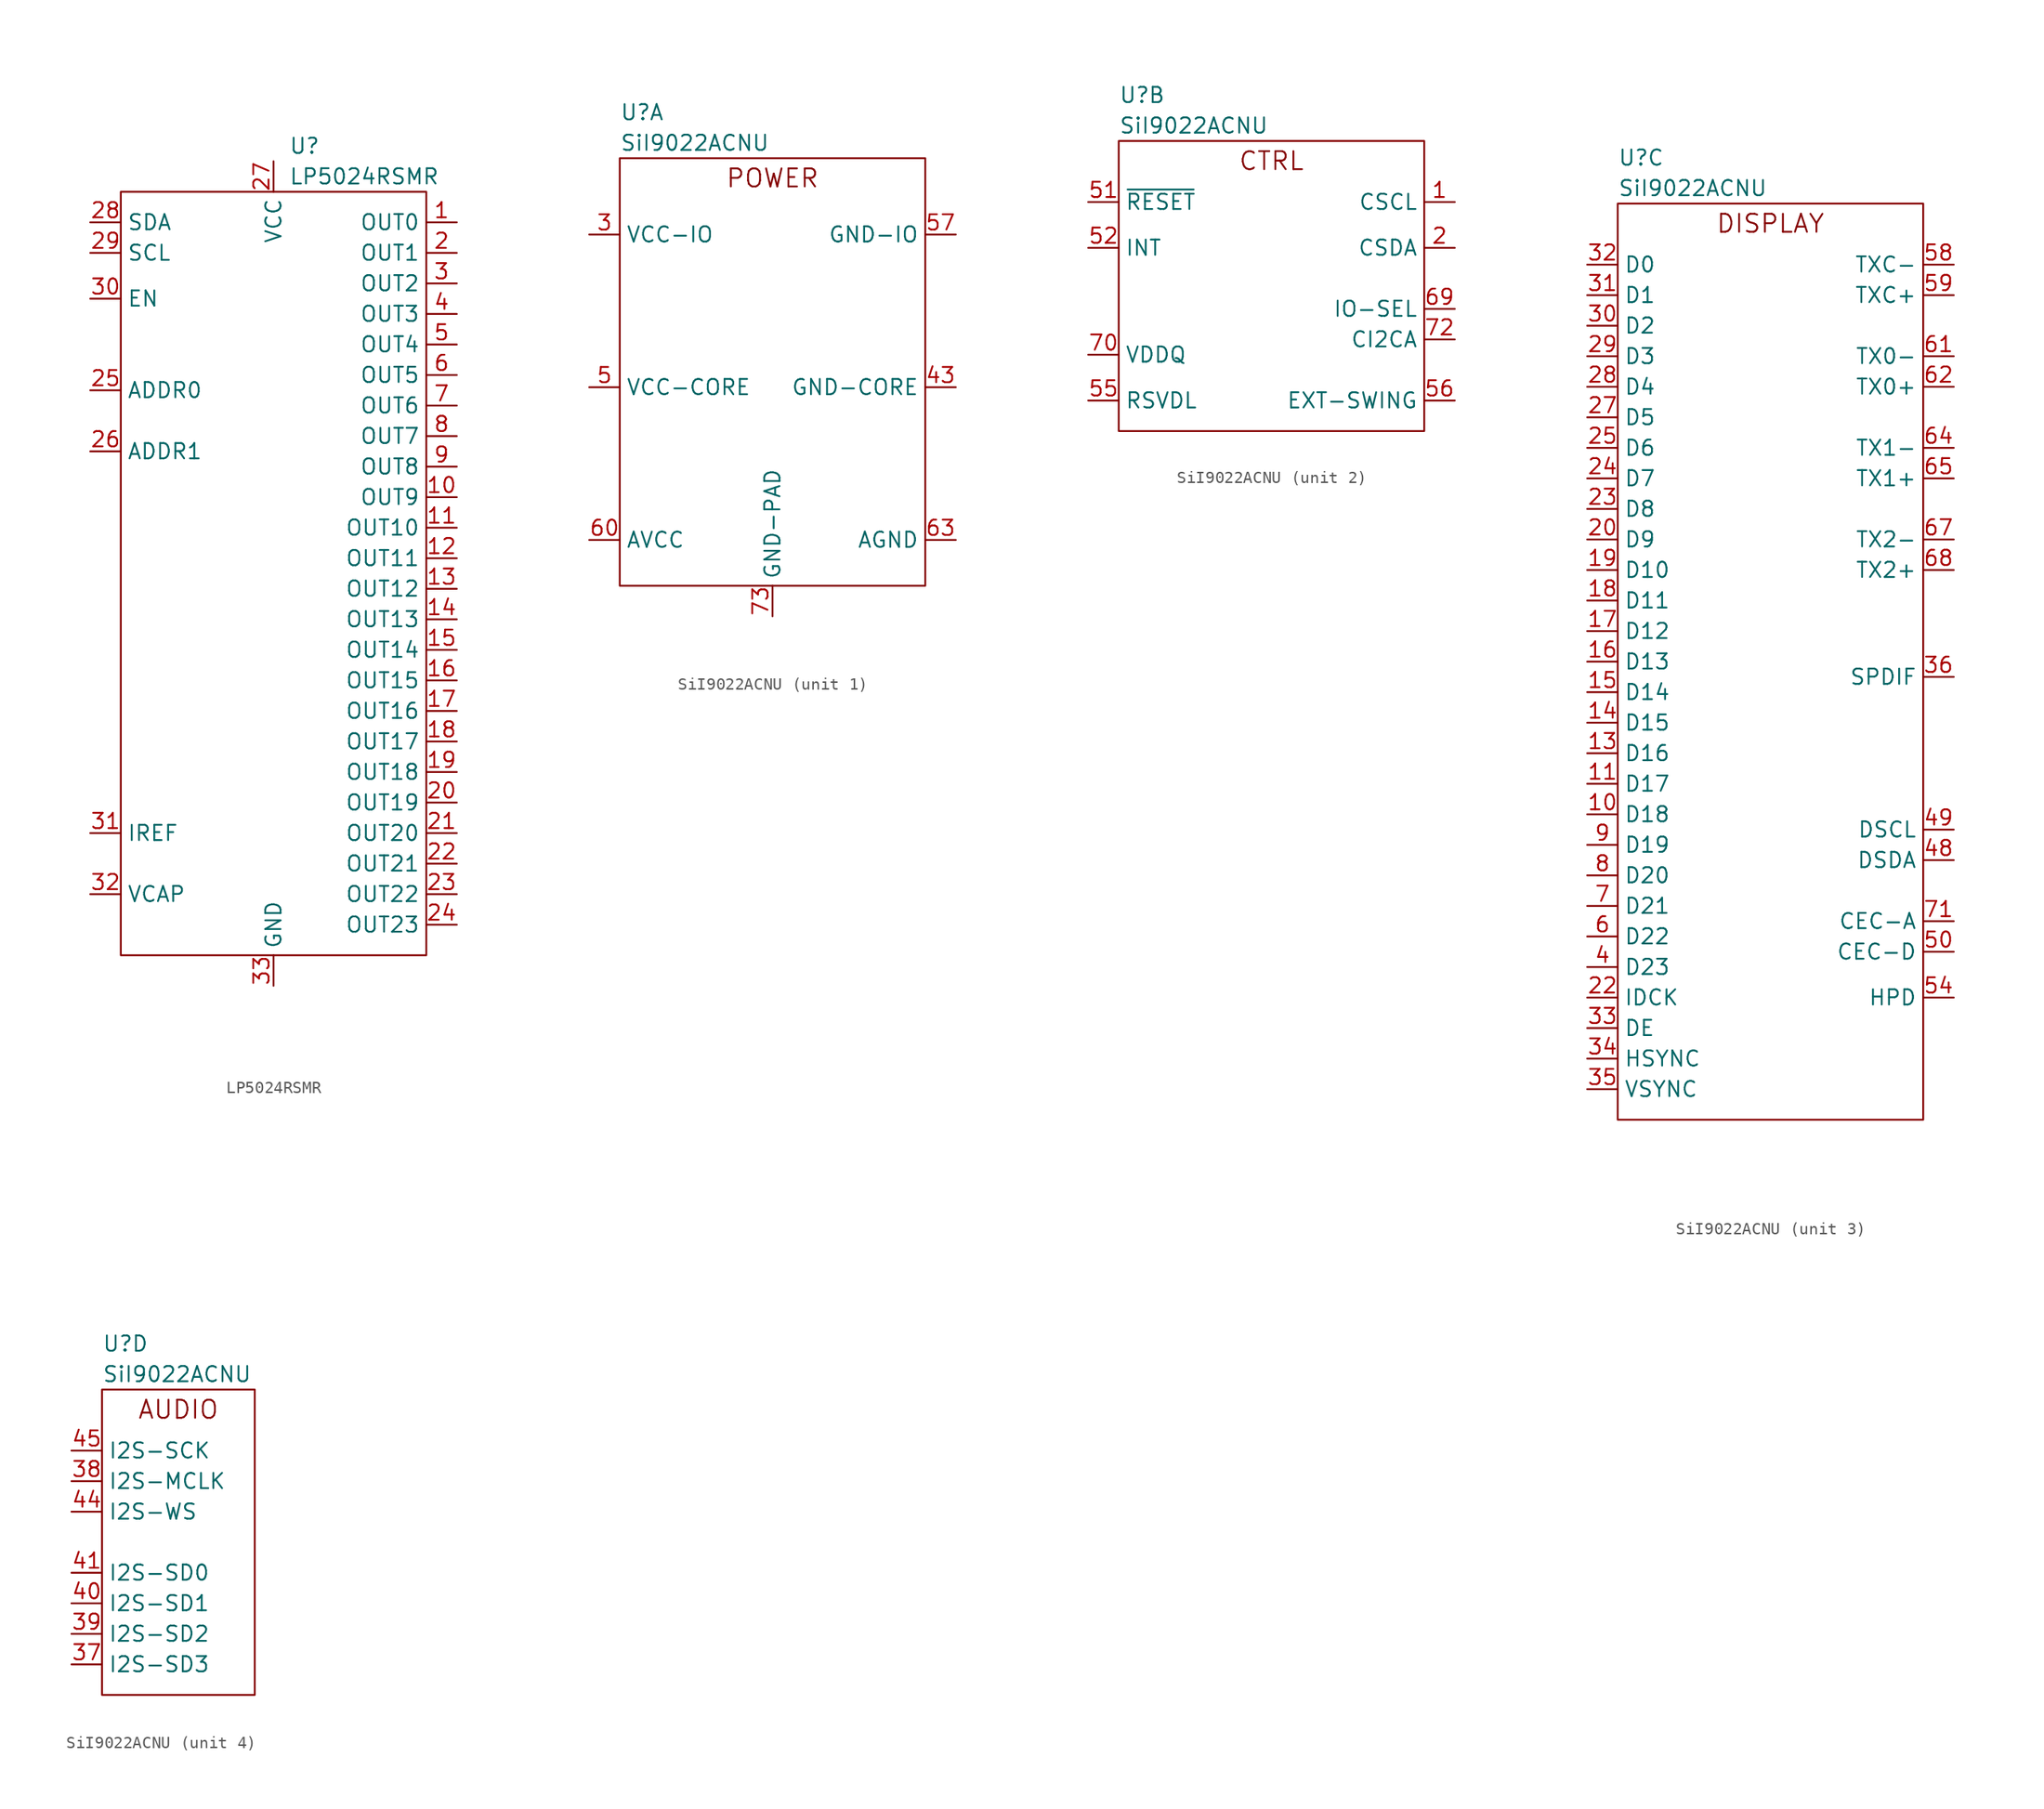
<source format=kicad_sym>
(kicad_symbol_lib
  (version 20220914)
  (generator kicad_symbol_editor)
  (symbol "LP5024RSMR"
    (property "Reference" "U"
      (at 13.97 3.81 0)
      (effects (font (size 1.27 1.27)) (justify left)))
    (property "Value" "LP5024RSMR"
      (at 13.97 1.27 0)
      (effects (font (size 1.27 1.27)) (justify left)))
    (symbol "LP5024RSMR_0_0"
      (pin output line (at 27.94 -2.54 180) (length 2.54) (name "OUT0" (effects (font (size 1.27 1.27)))) (number "1" (effects (font (size 1.27 1.27)))))
      (pin output line (at 27.94 -25.4 180) (length 2.54) (name "OUT9" (effects (font (size 1.27 1.27)))) (number "10" (effects (font (size 1.27 1.27)))))
      (pin output line (at 27.94 -27.94 180) (length 2.54) (name "OUT10" (effects (font (size 1.27 1.27)))) (number "11" (effects (font (size 1.27 1.27)))))
      (pin output line (at 27.94 -30.48 180) (length 2.54) (name "OUT11" (effects (font (size 1.27 1.27)))) (number "12" (effects (font (size 1.27 1.27)))))
      (pin output line (at 27.94 -33.02 180) (length 2.54) (name "OUT12" (effects (font (size 1.27 1.27)))) (number "13" (effects (font (size 1.27 1.27)))))
      (pin output line (at 27.94 -35.56 180) (length 2.54) (name "OUT13" (effects (font (size 1.27 1.27)))) (number "14" (effects (font (size 1.27 1.27)))))
      (pin output line (at 27.94 -38.1 180) (length 2.54) (name "OUT14" (effects (font (size 1.27 1.27)))) (number "15" (effects (font (size 1.27 1.27)))))
      (pin output line (at 27.94 -40.64 180) (length 2.54) (name "OUT15" (effects (font (size 1.27 1.27)))) (number "16" (effects (font (size 1.27 1.27)))))
      (pin output line (at 27.94 -43.18 180) (length 2.54) (name "OUT16" (effects (font (size 1.27 1.27)))) (number "17" (effects (font (size 1.27 1.27)))))
      (pin output line (at 27.94 -45.72 180) (length 2.54) (name "OUT17" (effects (font (size 1.27 1.27)))) (number "18" (effects (font (size 1.27 1.27)))))
      (pin output line (at 27.94 -48.26 180) (length 2.54) (name "OUT18" (effects (font (size 1.27 1.27)))) (number "19" (effects (font (size 1.27 1.27)))))
      (pin output line (at 27.94 -5.08 180) (length 2.54) (name "OUT1" (effects (font (size 1.27 1.27)))) (number "2" (effects (font (size 1.27 1.27)))))
      (pin output line (at 27.94 -50.8 180) (length 2.54) (name "OUT19" (effects (font (size 1.27 1.27)))) (number "20" (effects (font (size 1.27 1.27)))))
      (pin output line (at 27.94 -53.34 180) (length 2.54) (name "OUT20" (effects (font (size 1.27 1.27)))) (number "21" (effects (font (size 1.27 1.27)))))
      (pin output line (at 27.94 -55.88 180) (length 2.54) (name "OUT21" (effects (font (size 1.27 1.27)))) (number "22" (effects (font (size 1.27 1.27)))))
      (pin output line (at 27.94 -58.42 180) (length 2.54) (name "OUT22" (effects (font (size 1.27 1.27)))) (number "23" (effects (font (size 1.27 1.27)))))
      (pin output line (at 27.94 -60.96 180) (length 2.54) (name "OUT23" (effects (font (size 1.27 1.27)))) (number "24" (effects (font (size 1.27 1.27)))))
      (pin input line (at -2.54 -16.51 0) (length 2.54) (name "ADDR0" (effects (font (size 1.27 1.27)))) (number "25" (effects (font (size 1.27 1.27)))))
      (pin input line (at -2.54 -21.59 0) (length 2.54) (name "ADDR1" (effects (font (size 1.27 1.27)))) (number "26" (effects (font (size 1.27 1.27)))))
      (pin power_in line (at 12.7 2.54 270) (length 2.54) (name "VCC" (effects (font (size 1.27 1.27)))) (number "27" (effects (font (size 1.27 1.27)))))
      (pin bidirectional line (at -2.54 -2.54 0) (length 2.54) (name "SDA" (effects (font (size 1.27 1.27)))) (number "28" (effects (font (size 1.27 1.27)))))
      (pin input line (at -2.54 -5.08 0) (length 2.54) (name "SCL" (effects (font (size 1.27 1.27)))) (number "29" (effects (font (size 1.27 1.27)))))
      (pin output line (at 27.94 -7.62 180) (length 2.54) (name "OUT2" (effects (font (size 1.27 1.27)))) (number "3" (effects (font (size 1.27 1.27)))))
      (pin input line (at -2.54 -8.89 0) (length 2.54) (name "EN" (effects (font (size 1.27 1.27)))) (number "30" (effects (font (size 1.27 1.27)))))
      (pin input line (at -2.54 -53.34 0) (length 2.54) (name "IREF" (effects (font (size 1.27 1.27)))) (number "31" (effects (font (size 1.27 1.27)))))
      (pin input line (at -2.54 -58.42 0) (length 2.54) (name "VCAP" (effects (font (size 1.27 1.27)))) (number "32" (effects (font (size 1.27 1.27)))))
      (pin power_in line (at 12.7 -66.04 90) (length 2.54) (name "GND" (effects (font (size 1.27 1.27)))) (number "33" (effects (font (size 1.27 1.27)))))
      (pin output line (at 27.94 -10.16 180) (length 2.54) (name "OUT3" (effects (font (size 1.27 1.27)))) (number "4" (effects (font (size 1.27 1.27)))))
      (pin output line (at 27.94 -12.7 180) (length 2.54) (name "OUT4" (effects (font (size 1.27 1.27)))) (number "5" (effects (font (size 1.27 1.27)))))
      (pin output line (at 27.94 -15.24 180) (length 2.54) (name "OUT5" (effects (font (size 1.27 1.27)))) (number "6" (effects (font (size 1.27 1.27)))))
      (pin output line (at 27.94 -17.78 180) (length 2.54) (name "OUT6" (effects (font (size 1.27 1.27)))) (number "7" (effects (font (size 1.27 1.27)))))
      (pin output line (at 27.94 -20.32 180) (length 2.54) (name "OUT7" (effects (font (size 1.27 1.27)))) (number "8" (effects (font (size 1.27 1.27)))))
      (pin output line (at 27.94 -22.86 180) (length 2.54) (name "OUT8" (effects (font (size 1.27 1.27)))) (number "9" (effects (font (size 1.27 1.27))))))
    (symbol "LP5024RSMR_0_1"
      (rectangle (start 0 0) (end 25.4 -63.5) (stroke (width 0) (type default)) (fill (type none)))))
  (symbol "SiI9022ACNU"
    (property "Reference" "U"
      (at 0 3.81 0)
      (effects (font (size 1.27 1.27)) (justify left)))
    (property "Value" "SiI9022ACNU"
      (at 0 1.27 0)
      (effects (font (size 1.27 1.27)) (justify left)))
    (property "ki_locked" ""
      (at 0 0 0)
      (effects (font (size 1.27 1.27))))
    (symbol "SiI9022ACNU_1_0"
      (pin power_in line (at -2.54 -19.05 0) (length 2.54) hide (name "VCC-CORE" (effects (font (size 1.27 1.27)))) (number "12" (effects (font (size 1.27 1.27)))))
      (pin power_in line (at -2.54 -6.35 0) (length 2.54) hide (name "VCC-IO" (effects (font (size 1.27 1.27)))) (number "21" (effects (font (size 1.27 1.27)))))
      (pin power_in line (at -2.54 -19.05 0) (length 2.54) hide (name "VCC-CORE" (effects (font (size 1.27 1.27)))) (number "26" (effects (font (size 1.27 1.27)))))
      (pin power_in line (at -2.54 -6.35 0) (length 2.54) (name "VCC-IO" (effects (font (size 1.27 1.27)))) (number "3" (effects (font (size 1.27 1.27)))))
      (pin power_in line (at -2.54 -19.05 0) (length 2.54) hide (name "VCC-CORE" (effects (font (size 1.27 1.27)))) (number "42" (effects (font (size 1.27 1.27)))))
      (pin power_in line (at 27.94 -19.05 180) (length 2.54) (name "GND-CORE" (effects (font (size 1.27 1.27)))) (number "43" (effects (font (size 1.27 1.27)))))
      (pin power_in line (at -2.54 -6.35 0) (length 2.54) hide (name "VCC-IO" (effects (font (size 1.27 1.27)))) (number "46" (effects (font (size 1.27 1.27)))))
      (pin power_in line (at -2.54 -19.05 0) (length 2.54) hide (name "VCC-CORE" (effects (font (size 1.27 1.27)))) (number "47" (effects (font (size 1.27 1.27)))))
      (pin power_in line (at -2.54 -19.05 0) (length 2.54) (name "VCC-CORE" (effects (font (size 1.27 1.27)))) (number "5" (effects (font (size 1.27 1.27)))))
      (pin power_in line (at -2.54 -19.05 0) (length 2.54) hide (name "VCC-CORE" (effects (font (size 1.27 1.27)))) (number "53" (effects (font (size 1.27 1.27)))))
      (pin power_in line (at 27.94 -6.35 180) (length 2.54) (name "GND-IO" (effects (font (size 1.27 1.27)))) (number "57" (effects (font (size 1.27 1.27)))))
      (pin power_in line (at -2.54 -31.75 0) (length 2.54) (name "AVCC" (effects (font (size 1.27 1.27)))) (number "60" (effects (font (size 1.27 1.27)))))
      (pin power_in line (at 27.94 -31.75 180) (length 2.54) (name "AGND" (effects (font (size 1.27 1.27)))) (number "63" (effects (font (size 1.27 1.27)))))
      (pin power_in line (at -2.54 -31.75 0) (length 2.54) hide (name "AVCC" (effects (font (size 1.27 1.27)))) (number "66" (effects (font (size 1.27 1.27)))))
      (pin power_in line (at 12.7 -38.1 90) (length 2.54) (name "GND-PAD" (effects (font (size 1.27 1.27)))) (number "73" (effects (font (size 1.27 1.27))))))
    (symbol "SiI9022ACNU_1_1"
      (rectangle (start 0 0) (end 25.4 -35.56) (stroke (width 0) (type default)) (fill (type none)))
      (text "POWER" (at 12.7 -2.54 0) (effects (font (size 1.5 1.5)) (justify bottom))))
    (symbol "SiI9022ACNU_2_0"
      (pin bidirectional line (at 27.94 -5.08 180) (length 2.54) (name "CSCL" (effects (font (size 1.27 1.27)))) (number "1" (effects (font (size 1.27 1.27)))))
      (pin bidirectional line (at 27.94 -8.89 180) (length 2.54) (name "CSDA" (effects (font (size 1.27 1.27)))) (number "2" (effects (font (size 1.27 1.27)))))
      (pin input line (at -2.54 -5.08 0) (length 2.54) (name "~{RESET}" (effects (font (size 1.27 1.27)))) (number "51" (effects (font (size 1.27 1.27)))))
      (pin output line (at -2.54 -8.89 0) (length 2.54) (name "INT" (effects (font (size 1.27 1.27)))) (number "52" (effects (font (size 1.27 1.27)))))
      (pin passive line (at -2.54 -21.59 0) (length 2.54) (name "RSVDL" (effects (font (size 1.27 1.27)))) (number "55" (effects (font (size 1.27 1.27)))))
      (pin input line (at 27.94 -21.59 180) (length 2.54) (name "EXT-SWING" (effects (font (size 1.27 1.27)))) (number "56" (effects (font (size 1.27 1.27)))))
      (pin input line (at 27.94 -13.97 180) (length 2.54) (name "IO-SEL" (effects (font (size 1.27 1.27)))) (number "69" (effects (font (size 1.27 1.27)))))
      (pin passive line (at -2.54 -17.78 0) (length 2.54) (name "VDDQ" (effects (font (size 1.27 1.27)))) (number "70" (effects (font (size 1.27 1.27)))))
      (pin input line (at 27.94 -16.51 180) (length 2.54) (name "CI2CA" (effects (font (size 1.27 1.27)))) (number "72" (effects (font (size 1.27 1.27))))))
    (symbol "SiI9022ACNU_2_1"
      (rectangle (start 0 0) (end 25.4 -24.13) (stroke (width 0) (type default)) (fill (type none)))
      (text "CTRL" (at 12.7 -2.54 0) (effects (font (size 1.5 1.5)) (justify bottom))))
    (symbol "SiI9022ACNU_3_0"
      (pin input line (at -2.54 -50.8 0) (length 2.54) (name "D18" (effects (font (size 1.27 1.27)))) (number "10" (effects (font (size 1.27 1.27)))))
      (pin input line (at -2.54 -48.26 0) (length 2.54) (name "D17" (effects (font (size 1.27 1.27)))) (number "11" (effects (font (size 1.27 1.27)))))
      (pin input line (at -2.54 -45.72 0) (length 2.54) (name "D16" (effects (font (size 1.27 1.27)))) (number "13" (effects (font (size 1.27 1.27)))))
      (pin input line (at -2.54 -43.18 0) (length 2.54) (name "D15" (effects (font (size 1.27 1.27)))) (number "14" (effects (font (size 1.27 1.27)))))
      (pin input line (at -2.54 -40.64 0) (length 2.54) (name "D14" (effects (font (size 1.27 1.27)))) (number "15" (effects (font (size 1.27 1.27)))))
      (pin input line (at -2.54 -38.1 0) (length 2.54) (name "D13" (effects (font (size 1.27 1.27)))) (number "16" (effects (font (size 1.27 1.27)))))
      (pin input line (at -2.54 -35.56 0) (length 2.54) (name "D12" (effects (font (size 1.27 1.27)))) (number "17" (effects (font (size 1.27 1.27)))))
      (pin input line (at -2.54 -33.02 0) (length 2.54) (name "D11" (effects (font (size 1.27 1.27)))) (number "18" (effects (font (size 1.27 1.27)))))
      (pin input line (at -2.54 -30.48 0) (length 2.54) (name "D10" (effects (font (size 1.27 1.27)))) (number "19" (effects (font (size 1.27 1.27)))))
      (pin input line (at -2.54 -27.94 0) (length 2.54) (name "D9" (effects (font (size 1.27 1.27)))) (number "20" (effects (font (size 1.27 1.27)))))
      (pin input line (at -2.54 -66.04 0) (length 2.54) (name "IDCK" (effects (font (size 1.27 1.27)))) (number "22" (effects (font (size 1.27 1.27)))))
      (pin input line (at -2.54 -25.4 0) (length 2.54) (name "D8" (effects (font (size 1.27 1.27)))) (number "23" (effects (font (size 1.27 1.27)))))
      (pin input line (at -2.54 -22.86 0) (length 2.54) (name "D7" (effects (font (size 1.27 1.27)))) (number "24" (effects (font (size 1.27 1.27)))))
      (pin input line (at -2.54 -20.32 0) (length 2.54) (name "D6" (effects (font (size 1.27 1.27)))) (number "25" (effects (font (size 1.27 1.27)))))
      (pin input line (at -2.54 -17.78 0) (length 2.54) (name "D5" (effects (font (size 1.27 1.27)))) (number "27" (effects (font (size 1.27 1.27)))))
      (pin input line (at -2.54 -15.24 0) (length 2.54) (name "D4" (effects (font (size 1.27 1.27)))) (number "28" (effects (font (size 1.27 1.27)))))
      (pin input line (at -2.54 -12.7 0) (length 2.54) (name "D3" (effects (font (size 1.27 1.27)))) (number "29" (effects (font (size 1.27 1.27)))))
      (pin input line (at -2.54 -10.16 0) (length 2.54) (name "D2" (effects (font (size 1.27 1.27)))) (number "30" (effects (font (size 1.27 1.27)))))
      (pin input line (at -2.54 -7.62 0) (length 2.54) (name "D1" (effects (font (size 1.27 1.27)))) (number "31" (effects (font (size 1.27 1.27)))))
      (pin input line (at -2.54 -5.08 0) (length 2.54) (name "D0" (effects (font (size 1.27 1.27)))) (number "32" (effects (font (size 1.27 1.27)))))
      (pin input line (at -2.54 -68.58 0) (length 2.54) (name "DE" (effects (font (size 1.27 1.27)))) (number "33" (effects (font (size 1.27 1.27)))))
      (pin input line (at -2.54 -71.12 0) (length 2.54) (name "HSYNC" (effects (font (size 1.27 1.27)))) (number "34" (effects (font (size 1.27 1.27)))))
      (pin input line (at -2.54 -73.66 0) (length 2.54) (name "VSYNC" (effects (font (size 1.27 1.27)))) (number "35" (effects (font (size 1.27 1.27)))))
      (pin input line (at 27.94 -39.37 180) (length 2.54) (name "SPDIF" (effects (font (size 1.27 1.27)))) (number "36" (effects (font (size 1.27 1.27)))))
      (pin input line (at -2.54 -63.5 0) (length 2.54) (name "D23" (effects (font (size 1.27 1.27)))) (number "4" (effects (font (size 1.27 1.27)))))
      (pin bidirectional line (at 27.94 -54.61 180) (length 2.54) (name "DSDA" (effects (font (size 1.27 1.27)))) (number "48" (effects (font (size 1.27 1.27)))))
      (pin bidirectional line (at 27.94 -52.07 180) (length 2.54) (name "DSCL" (effects (font (size 1.27 1.27)))) (number "49" (effects (font (size 1.27 1.27)))))
      (pin bidirectional line (at 27.94 -62.23 180) (length 2.54) (name "CEC-D" (effects (font (size 1.27 1.27)))) (number "50" (effects (font (size 1.27 1.27)))))
      (pin input line (at 27.94 -66.04 180) (length 2.54) (name "HPD" (effects (font (size 1.27 1.27)))) (number "54" (effects (font (size 1.27 1.27)))))
      (pin output line (at 27.94 -5.08 180) (length 2.54) (name "TXC-" (effects (font (size 1.27 1.27)))) (number "58" (effects (font (size 1.27 1.27)))))
      (pin output line (at 27.94 -7.62 180) (length 2.54) (name "TXC+" (effects (font (size 1.27 1.27)))) (number "59" (effects (font (size 1.27 1.27)))))
      (pin input line (at -2.54 -60.96 0) (length 2.54) (name "D22" (effects (font (size 1.27 1.27)))) (number "6" (effects (font (size 1.27 1.27)))))
      (pin output line (at 27.94 -12.7 180) (length 2.54) (name "TX0-" (effects (font (size 1.27 1.27)))) (number "61" (effects (font (size 1.27 1.27)))))
      (pin output line (at 27.94 -15.24 180) (length 2.54) (name "TX0+" (effects (font (size 1.27 1.27)))) (number "62" (effects (font (size 1.27 1.27)))))
      (pin output line (at 27.94 -20.32 180) (length 2.54) (name "TX1-" (effects (font (size 1.27 1.27)))) (number "64" (effects (font (size 1.27 1.27)))))
      (pin output line (at 27.94 -22.86 180) (length 2.54) (name "TX1+" (effects (font (size 1.27 1.27)))) (number "65" (effects (font (size 1.27 1.27)))))
      (pin output line (at 27.94 -27.94 180) (length 2.54) (name "TX2-" (effects (font (size 1.27 1.27)))) (number "67" (effects (font (size 1.27 1.27)))))
      (pin output line (at 27.94 -30.48 180) (length 2.54) (name "TX2+" (effects (font (size 1.27 1.27)))) (number "68" (effects (font (size 1.27 1.27)))))
      (pin input line (at -2.54 -58.42 0) (length 2.54) (name "D21" (effects (font (size 1.27 1.27)))) (number "7" (effects (font (size 1.27 1.27)))))
      (pin bidirectional line (at 27.94 -59.69 180) (length 2.54) (name "CEC-A" (effects (font (size 1.27 1.27)))) (number "71" (effects (font (size 1.27 1.27)))))
      (pin input line (at -2.54 -55.88 0) (length 2.54) (name "D20" (effects (font (size 1.27 1.27)))) (number "8" (effects (font (size 1.27 1.27)))))
      (pin input line (at -2.54 -53.34 0) (length 2.54) (name "D19" (effects (font (size 1.27 1.27)))) (number "9" (effects (font (size 1.27 1.27))))))
    (symbol "SiI9022ACNU_3_1"
      (rectangle (start 0 0) (end 25.4 -76.2) (stroke (width 0) (type default)) (fill (type none)))
      (text "DISPLAY" (at 12.7 -2.54 0) (effects (font (size 1.5 1.5)) (justify bottom))))
    (symbol "SiI9022ACNU_4_0"
      (pin input line (at -2.54 -22.86 0) (length 2.54) (name "I2S-SD3" (effects (font (size 1.27 1.27)))) (number "37" (effects (font (size 1.27 1.27)))))
      (pin input line (at -2.54 -7.62 0) (length 2.54) (name "I2S-MCLK" (effects (font (size 1.27 1.27)))) (number "38" (effects (font (size 1.27 1.27)))))
      (pin input line (at -2.54 -20.32 0) (length 2.54) (name "I2S-SD2" (effects (font (size 1.27 1.27)))) (number "39" (effects (font (size 1.27 1.27)))))
      (pin input line (at -2.54 -17.78 0) (length 2.54) (name "I2S-SD1" (effects (font (size 1.27 1.27)))) (number "40" (effects (font (size 1.27 1.27)))))
      (pin input line (at -2.54 -15.24 0) (length 2.54) (name "I2S-SD0" (effects (font (size 1.27 1.27)))) (number "41" (effects (font (size 1.27 1.27)))))
      (pin input line (at -2.54 -10.16 0) (length 2.54) (name "I2S-WS" (effects (font (size 1.27 1.27)))) (number "44" (effects (font (size 1.27 1.27)))))
      (pin input line (at -2.54 -5.08 0) (length 2.54) (name "I2S-SCK" (effects (font (size 1.27 1.27)))) (number "45" (effects (font (size 1.27 1.27))))))
    (symbol "SiI9022ACNU_4_1"
      (rectangle (start 0 0) (end 12.7 -25.4) (stroke (width 0) (type default)) (fill (type none)))
      (text "AUDIO" (at 6.35 -2.54 0) (effects (font (size 1.5 1.5)) (justify bottom))))))
</source>
